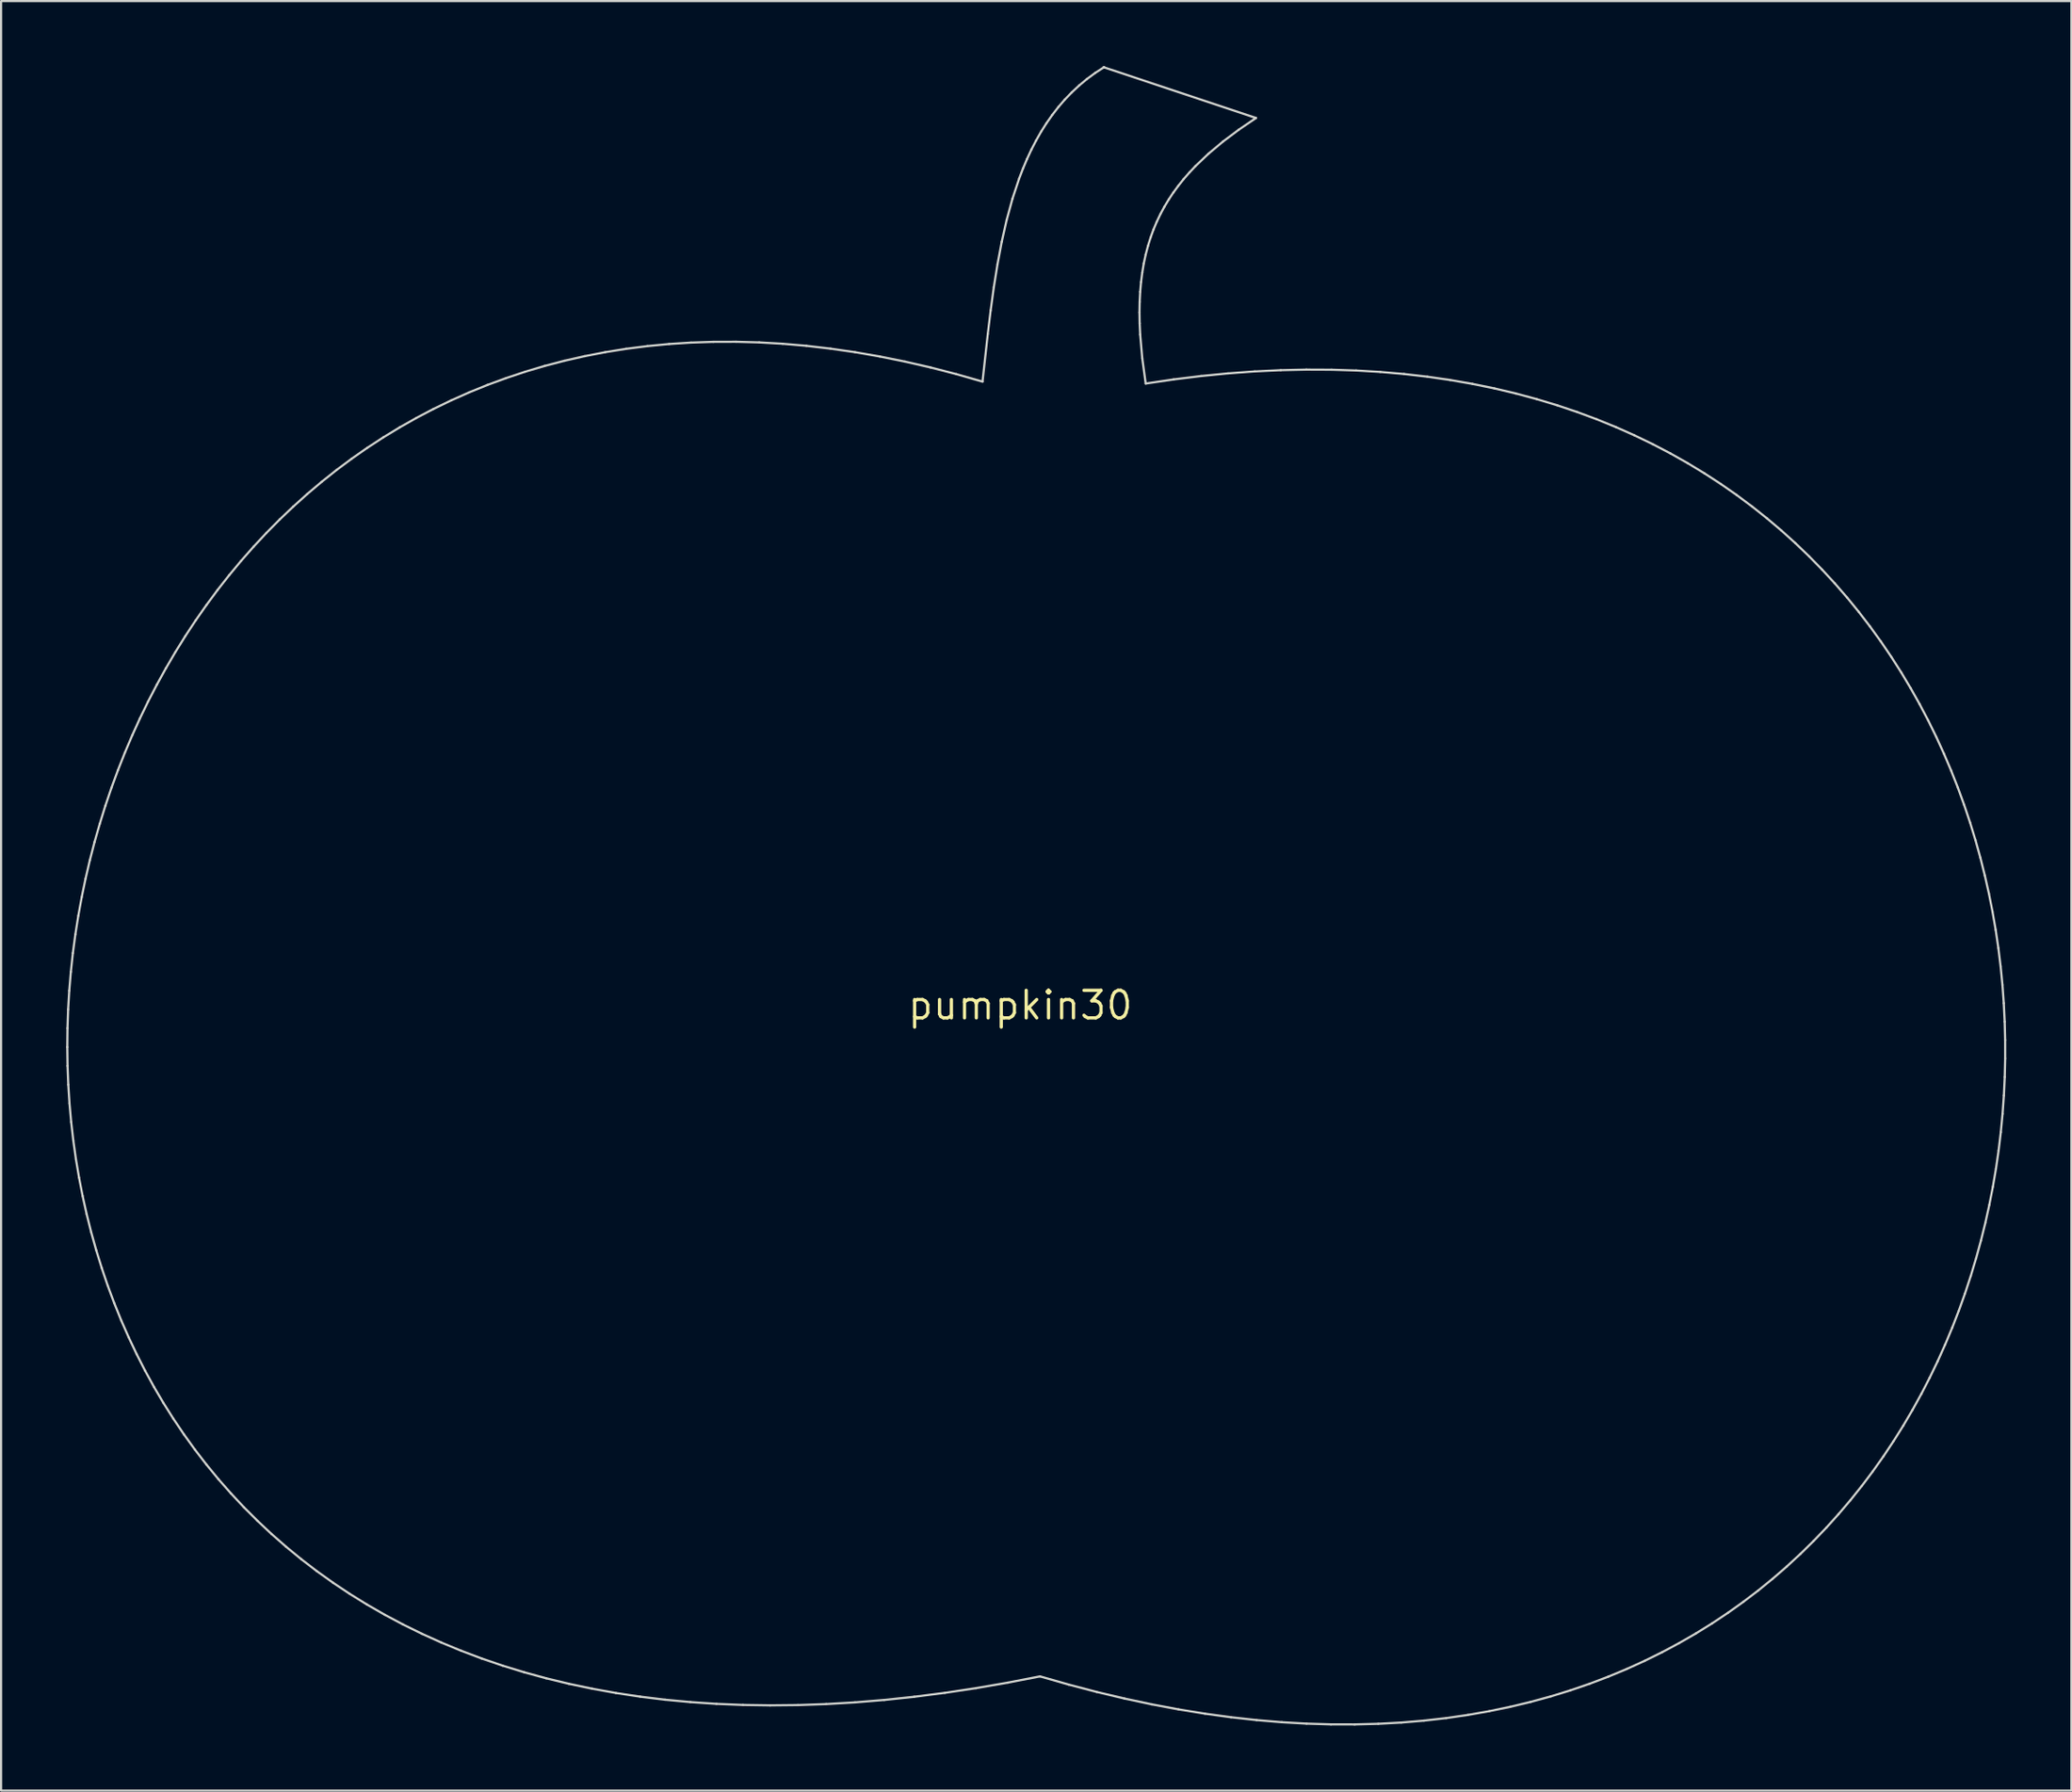
<source format=kicad_pcb>
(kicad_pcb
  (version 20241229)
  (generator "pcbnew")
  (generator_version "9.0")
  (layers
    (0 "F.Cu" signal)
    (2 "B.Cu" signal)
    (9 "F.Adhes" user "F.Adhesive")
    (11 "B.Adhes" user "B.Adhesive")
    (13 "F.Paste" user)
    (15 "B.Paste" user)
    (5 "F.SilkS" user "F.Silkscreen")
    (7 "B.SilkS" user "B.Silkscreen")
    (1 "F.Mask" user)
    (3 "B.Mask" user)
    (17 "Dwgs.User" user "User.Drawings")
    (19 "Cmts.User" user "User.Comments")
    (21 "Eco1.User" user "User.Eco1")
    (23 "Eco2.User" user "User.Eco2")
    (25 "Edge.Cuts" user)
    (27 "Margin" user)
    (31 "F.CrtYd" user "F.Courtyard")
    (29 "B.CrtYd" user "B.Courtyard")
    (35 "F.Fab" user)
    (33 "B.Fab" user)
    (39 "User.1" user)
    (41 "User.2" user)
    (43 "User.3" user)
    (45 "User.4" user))
  (footprint "pumpkin30"
    (layer "F.Cu")
    (at 43.953 43.276)
    (property "Reference" "pumpkin30" (at 0 0 0) (layer "F.SilkS") (effects (font (size 1.27 1.27) (thickness 0.15))))
    (attr through_hole)
    (fp_line (start -43.903 1.925) (end -43.891 2.791) (stroke (width 0.1) (type solid)) (layer "Edge.Cuts"))
    (fp_line (start -43.894 1.058) (end -43.903 1.925) (stroke (width 0.1) (type solid)) (layer "Edge.Cuts"))
    (fp_line (start -43.891 2.791) (end -43.857 3.656) (stroke (width 0.1) (type solid)) (layer "Edge.Cuts"))
    (fp_line (start -43.864 0.19) (end -43.894 1.058) (stroke (width 0.1) (type solid)) (layer "Edge.Cuts"))
    (fp_line (start -43.857 3.656) (end -43.801 4.519) (stroke (width 0.1) (type solid)) (layer "Edge.Cuts"))
    (fp_line (start -43.812 -0.676) (end -43.864 0.19) (stroke (width 0.1) (type solid)) (layer "Edge.Cuts"))
    (fp_line (start -43.801 4.519) (end -43.724 5.38) (stroke (width 0.1) (type solid)) (layer "Edge.Cuts"))
    (fp_line (start -43.739 -1.542) (end -43.812 -0.676) (stroke (width 0.1) (type solid)) (layer "Edge.Cuts"))
    (fp_line (start -43.724 5.38) (end -43.625 6.237) (stroke (width 0.1) (type solid)) (layer "Edge.Cuts"))
    (fp_line (start -43.646 -2.406) (end -43.739 -1.542) (stroke (width 0.1) (type solid)) (layer "Edge.Cuts"))
    (fp_line (start -43.625 6.237) (end -43.505 7.091) (stroke (width 0.1) (type solid)) (layer "Edge.Cuts"))
    (fp_line (start -43.531 -3.268) (end -43.646 -2.406) (stroke (width 0.1) (type solid)) (layer "Edge.Cuts"))
    (fp_line (start -43.505 7.091) (end -43.362 7.941) (stroke (width 0.1) (type solid)) (layer "Edge.Cuts"))
    (fp_line (start -43.395 -4.127) (end -43.531 -3.268) (stroke (width 0.1) (type solid)) (layer "Edge.Cuts"))
    (fp_line (start -43.362 7.941) (end -43.198 8.785) (stroke (width 0.1) (type solid)) (layer "Edge.Cuts"))
    (fp_line (start -43.239 -4.983) (end -43.395 -4.127) (stroke (width 0.1) (type solid)) (layer "Edge.Cuts"))
    (fp_line (start -43.198 8.785) (end -43.011 9.625) (stroke (width 0.1) (type solid)) (layer "Edge.Cuts"))
    (fp_line (start -43.062 -5.835) (end -43.239 -4.983) (stroke (width 0.1) (type solid)) (layer "Edge.Cuts"))
    (fp_line (start -43.011 9.625) (end -42.802 10.458) (stroke (width 0.1) (type solid)) (layer "Edge.Cuts"))
    (fp_line (start -42.865 -6.682) (end -43.062 -5.835) (stroke (width 0.1) (type solid)) (layer "Edge.Cuts"))
    (fp_line (start -42.802 10.458) (end -42.57 11.285) (stroke (width 0.1) (type solid)) (layer "Edge.Cuts"))
    (fp_line (start -42.647 -7.524) (end -42.865 -6.682) (stroke (width 0.1) (type solid)) (layer "Edge.Cuts"))
    (fp_line (start -42.57 11.285) (end -42.317 12.104) (stroke (width 0.1) (type solid)) (layer "Edge.Cuts"))
    (fp_line (start -42.408 -8.361) (end -42.647 -7.524) (stroke (width 0.1) (type solid)) (layer "Edge.Cuts"))
    (fp_line (start -42.317 12.104) (end -42.041 12.916) (stroke (width 0.1) (type solid)) (layer "Edge.Cuts"))
    (fp_line (start -42.15 -9.191) (end -42.408 -8.361) (stroke (width 0.1) (type solid)) (layer "Edge.Cuts"))
    (fp_line (start -42.041 12.916) (end -41.742 13.719) (stroke (width 0.1) (type solid)) (layer "Edge.Cuts"))
    (fp_line (start -41.871 -10.014) (end -42.15 -9.191) (stroke (width 0.1) (type solid)) (layer "Edge.Cuts"))
    (fp_line (start -41.742 13.719) (end -41.421 14.514) (stroke (width 0.1) (type solid)) (layer "Edge.Cuts"))
    (fp_line (start -41.571 -10.83) (end -41.871 -10.014) (stroke (width 0.1) (type solid)) (layer "Edge.Cuts"))
    (fp_line (start -41.421 14.514) (end -41.076 15.298) (stroke (width 0.1) (type solid)) (layer "Edge.Cuts"))
    (fp_line (start -41.252 -11.637) (end -41.571 -10.83) (stroke (width 0.1) (type solid)) (layer "Edge.Cuts"))
    (fp_line (start -41.076 15.298) (end -40.709 16.073) (stroke (width 0.1) (type solid)) (layer "Edge.Cuts"))
    (fp_line (start -40.913 -12.436) (end -41.252 -11.637) (stroke (width 0.1) (type solid)) (layer "Edge.Cuts"))
    (fp_line (start -40.709 16.073) (end -40.32 16.837) (stroke (width 0.1) (type solid)) (layer "Edge.Cuts"))
    (fp_line (start -40.554 -13.226) (end -40.913 -12.436) (stroke (width 0.1) (type solid)) (layer "Edge.Cuts"))
    (fp_line (start -40.32 16.837) (end -39.907 17.59) (stroke (width 0.1) (type solid)) (layer "Edge.Cuts"))
    (fp_line (start -40.176 -14.006) (end -40.554 -13.226) (stroke (width 0.1) (type solid)) (layer "Edge.Cuts"))
    (fp_line (start -39.907 17.59) (end -39.471 18.331) (stroke (width 0.1) (type solid)) (layer "Edge.Cuts"))
    (fp_line (start -39.777 -14.775) (end -40.176 -14.006) (stroke (width 0.1) (type solid)) (layer "Edge.Cuts"))
    (fp_line (start -39.471 18.331) (end -39.011 19.059) (stroke (width 0.1) (type solid)) (layer "Edge.Cuts"))
    (fp_line (start -39.359 -15.533) (end -39.777 -14.775) (stroke (width 0.1) (type solid)) (layer "Edge.Cuts"))
    (fp_line (start -39.011 19.059) (end -38.529 19.774) (stroke (width 0.1) (type solid)) (layer "Edge.Cuts"))
    (fp_line (start -38.922 -16.28) (end -39.359 -15.533) (stroke (width 0.1) (type solid)) (layer "Edge.Cuts"))
    (fp_line (start -38.529 19.774) (end -38.023 20.476) (stroke (width 0.1) (type solid)) (layer "Edge.Cuts"))
    (fp_line (start -38.465 -17.015) (end -38.922 -16.28) (stroke (width 0.1) (type solid)) (layer "Edge.Cuts"))
    (fp_line (start -38.023 20.476) (end -37.494 21.163) (stroke (width 0.1) (type solid)) (layer "Edge.Cuts"))
    (fp_line (start -37.989 -17.737) (end -38.465 -17.015) (stroke (width 0.1) (type solid)) (layer "Edge.Cuts"))
    (fp_line (start -37.494 21.163) (end -36.941 21.836) (stroke (width 0.1) (type solid)) (layer "Edge.Cuts"))
    (fp_line (start -37.493 -18.445) (end -37.989 -17.737) (stroke (width 0.1) (type solid)) (layer "Edge.Cuts"))
    (fp_line (start -36.979 -19.14) (end -37.493 -18.445) (stroke (width 0.1) (type solid)) (layer "Edge.Cuts"))
    (fp_line (start -36.941 21.836) (end -36.364 22.493) (stroke (width 0.1) (type solid)) (layer "Edge.Cuts"))
    (fp_line (start -36.445 -19.82) (end -36.979 -19.14) (stroke (width 0.1) (type solid)) (layer "Edge.Cuts"))
    (fp_line (start -36.364 22.493) (end -35.764 23.134) (stroke (width 0.1) (type solid)) (layer "Edge.Cuts"))
    (fp_line (start -35.892 -20.485) (end -36.445 -19.82) (stroke (width 0.1) (type solid)) (layer "Edge.Cuts"))
    (fp_line (start -35.764 23.134) (end -35.139 23.758) (stroke (width 0.1) (type solid)) (layer "Edge.Cuts"))
    (fp_line (start -35.321 -21.134) (end -35.892 -20.485) (stroke (width 0.1) (type solid)) (layer "Edge.Cuts"))
    (fp_line (start -35.139 23.758) (end -34.491 24.366) (stroke (width 0.1) (type solid)) (layer "Edge.Cuts"))
    (fp_line (start -34.731 -21.767) (end -35.321 -21.134) (stroke (width 0.1) (type solid)) (layer "Edge.Cuts"))
    (fp_line (start -34.491 24.366) (end -33.819 24.955) (stroke (width 0.1) (type solid)) (layer "Edge.Cuts"))
    (fp_line (start -34.122 -22.383) (end -34.731 -21.767) (stroke (width 0.1) (type solid)) (layer "Edge.Cuts"))
    (fp_line (start -33.819 24.955) (end -33.123 25.526) (stroke (width 0.1) (type solid)) (layer "Edge.Cuts"))
    (fp_line (start -33.494 -22.981) (end -34.122 -22.383) (stroke (width 0.1) (type solid)) (layer "Edge.Cuts"))
    (fp_line (start -33.123 25.526) (end -32.403 26.079) (stroke (width 0.1) (type solid)) (layer "Edge.Cuts"))
    (fp_line (start -32.848 -23.562) (end -33.494 -22.981) (stroke (width 0.1) (type solid)) (layer "Edge.Cuts"))
    (fp_line (start -32.403 26.079) (end -31.658 26.611) (stroke (width 0.1) (type solid)) (layer "Edge.Cuts"))
    (fp_line (start -32.184 -24.123) (end -32.848 -23.562) (stroke (width 0.1) (type solid)) (layer "Edge.Cuts"))
    (fp_line (start -31.658 26.611) (end -30.889 27.124) (stroke (width 0.1) (type solid)) (layer "Edge.Cuts"))
    (fp_line (start -31.501 -24.666) (end -32.184 -24.123) (stroke (width 0.1) (type solid)) (layer "Edge.Cuts"))
    (fp_line (start -30.889 27.124) (end -30.095 27.616) (stroke (width 0.1) (type solid)) (layer "Edge.Cuts"))
    (fp_line (start -30.8 -25.189) (end -31.501 -24.666) (stroke (width 0.1) (type solid)) (layer "Edge.Cuts"))
    (fp_line (start -30.095 27.616) (end -29.277 28.086) (stroke (width 0.1) (type solid)) (layer "Edge.Cuts"))
    (fp_line (start -30.081 -25.691) (end -30.8 -25.189) (stroke (width 0.1) (type solid)) (layer "Edge.Cuts"))
    (fp_line (start -29.344 -26.172) (end -30.081 -25.691) (stroke (width 0.1) (type solid)) (layer "Edge.Cuts"))
    (fp_line (start -29.277 28.086) (end -28.434 28.535) (stroke (width 0.1) (type solid)) (layer "Edge.Cuts"))
    (fp_line (start -28.589 -26.632) (end -29.344 -26.172) (stroke (width 0.1) (type solid)) (layer "Edge.Cuts"))
    (fp_line (start -28.434 28.535) (end -27.567 28.961) (stroke (width 0.1) (type solid)) (layer "Edge.Cuts"))
    (fp_line (start -27.816 -27.07) (end -28.589 -26.632) (stroke (width 0.1) (type solid)) (layer "Edge.Cuts"))
    (fp_line (start -27.567 28.961) (end -26.674 29.365) (stroke (width 0.1) (type solid)) (layer "Edge.Cuts"))
    (fp_line (start -27.025 -27.485) (end -27.816 -27.07) (stroke (width 0.1) (type solid)) (layer "Edge.Cuts"))
    (fp_line (start -26.674 29.365) (end -25.757 29.744) (stroke (width 0.1) (type solid)) (layer "Edge.Cuts"))
    (fp_line (start -26.216 -27.876) (end -27.025 -27.485) (stroke (width 0.1) (type solid)) (layer "Edge.Cuts"))
    (fp_line (start -25.757 29.744) (end -24.815 30.1) (stroke (width 0.1) (type solid)) (layer "Edge.Cuts"))
    (fp_line (start -25.39 -28.244) (end -26.216 -27.876) (stroke (width 0.1) (type solid)) (layer "Edge.Cuts"))
    (fp_line (start -24.815 30.1) (end -23.848 30.43) (stroke (width 0.1) (type solid)) (layer "Edge.Cuts"))
    (fp_line (start -24.547 -28.587) (end -25.39 -28.244) (stroke (width 0.1) (type solid)) (layer "Edge.Cuts"))
    (fp_line (start -23.848 30.43) (end -22.855 30.735) (stroke (width 0.1) (type solid)) (layer "Edge.Cuts"))
    (fp_line (start -23.686 -28.904) (end -24.547 -28.587) (stroke (width 0.1) (type solid)) (layer "Edge.Cuts"))
    (fp_line (start -22.855 30.735) (end -21.837 31.014) (stroke (width 0.1) (type solid)) (layer "Edge.Cuts"))
    (fp_line (start -22.807 -29.197) (end -23.686 -28.904) (stroke (width 0.1) (type solid)) (layer "Edge.Cuts"))
    (fp_line (start -21.912 -29.463) (end -22.807 -29.197) (stroke (width 0.1) (type solid)) (layer "Edge.Cuts"))
    (fp_line (start -21.837 31.014) (end -20.794 31.267) (stroke (width 0.1) (type solid)) (layer "Edge.Cuts"))
    (fp_line (start -20.999 -29.702) (end -21.912 -29.463) (stroke (width 0.1) (type solid)) (layer "Edge.Cuts"))
    (fp_line (start -20.794 31.267) (end -19.725 31.492) (stroke (width 0.1) (type solid)) (layer "Edge.Cuts"))
    (fp_line (start -20.069 -29.913) (end -20.999 -29.702) (stroke (width 0.1) (type solid)) (layer "Edge.Cuts"))
    (fp_line (start -19.725 31.492) (end -18.631 31.69) (stroke (width 0.1) (type solid)) (layer "Edge.Cuts"))
    (fp_line (start -19.122 -30.097) (end -20.069 -29.913) (stroke (width 0.1) (type solid)) (layer "Edge.Cuts"))
    (fp_line (start -18.631 31.69) (end -17.511 31.859) (stroke (width 0.1) (type solid)) (layer "Edge.Cuts"))
    (fp_line (start -18.159 -30.252) (end -19.122 -30.097) (stroke (width 0.1) (type solid)) (layer "Edge.Cuts"))
    (fp_line (start -17.511 31.859) (end -16.366 32) (stroke (width 0.1) (type solid)) (layer "Edge.Cuts"))
    (fp_line (start -17.178 -30.377) (end -18.159 -30.252) (stroke (width 0.1) (type solid)) (layer "Edge.Cuts"))
    (fp_line (start -16.366 32) (end -15.194 32.11) (stroke (width 0.1) (type solid)) (layer "Edge.Cuts"))
    (fp_line (start -16.181 -30.473) (end -17.178 -30.377) (stroke (width 0.1) (type solid)) (layer "Edge.Cuts"))
    (fp_line (start -15.194 32.11) (end -13.997 32.191) (stroke (width 0.1) (type solid)) (layer "Edge.Cuts"))
    (fp_line (start -15.167 -30.539) (end -16.181 -30.473) (stroke (width 0.1) (type solid)) (layer "Edge.Cuts"))
    (fp_line (start -14.137 -30.573) (end -15.167 -30.539) (stroke (width 0.1) (type solid)) (layer "Edge.Cuts"))
    (fp_line (start -13.997 32.191) (end -12.774 32.241) (stroke (width 0.1) (type solid)) (layer "Edge.Cuts"))
    (fp_line (start -13.091 -30.576) (end -14.137 -30.573) (stroke (width 0.1) (type solid)) (layer "Edge.Cuts"))
    (fp_line (start -12.774 32.241) (end -11.524 32.26) (stroke (width 0.1) (type solid)) (layer "Edge.Cuts"))
    (fp_line (start -12.028 -30.547) (end -13.091 -30.576) (stroke (width 0.1) (type solid)) (layer "Edge.Cuts"))
    (fp_line (start -11.524 32.26) (end -10.249 32.247) (stroke (width 0.1) (type solid)) (layer "Edge.Cuts"))
    (fp_line (start -10.948 -30.485) (end -12.028 -30.547) (stroke (width 0.1) (type solid)) (layer "Edge.Cuts"))
    (fp_line (start -10.249 32.247) (end -8.947 32.201) (stroke (width 0.1) (type solid)) (layer "Edge.Cuts"))
    (fp_line (start -9.853 -30.39) (end -10.948 -30.485) (stroke (width 0.1) (type solid)) (layer "Edge.Cuts"))
    (fp_line (start -8.947 32.201) (end -7.619 32.123) (stroke (width 0.1) (type solid)) (layer "Edge.Cuts"))
    (fp_line (start -8.741 -30.26) (end -9.853 -30.39) (stroke (width 0.1) (type solid)) (layer "Edge.Cuts"))
    (fp_line (start -7.619 32.123) (end -6.264 32.011) (stroke (width 0.1) (type solid)) (layer "Edge.Cuts"))
    (fp_line (start -7.614 -30.097) (end -8.741 -30.26) (stroke (width 0.1) (type solid)) (layer "Edge.Cuts"))
    (fp_line (start -6.47 -29.898) (end -7.614 -30.097) (stroke (width 0.1) (type solid)) (layer "Edge.Cuts"))
    (fp_line (start -6.264 32.011) (end -4.883 31.864) (stroke (width 0.1) (type solid)) (layer "Edge.Cuts"))
    (fp_line (start -5.311 -29.663) (end -6.47 -29.898) (stroke (width 0.1) (type solid)) (layer "Edge.Cuts"))
    (fp_line (start -4.883 31.864) (end -3.475 31.683) (stroke (width 0.1) (type solid)) (layer "Edge.Cuts"))
    (fp_line (start -4.136 -29.393) (end -5.311 -29.663) (stroke (width 0.1) (type solid)) (layer "Edge.Cuts"))
    (fp_line (start -3.475 31.683) (end -2.04 31.467) (stroke (width 0.1) (type solid)) (layer "Edge.Cuts"))
    (fp_line (start -2.946 -29.085) (end -4.136 -29.393) (stroke (width 0.1) (type solid)) (layer "Edge.Cuts"))
    (fp_line (start -2.04 31.467) (end -0.579 31.214) (stroke (width 0.1) (type solid)) (layer "Edge.Cuts"))
    (fp_line (start -1.74 -28.74) (end -2.946 -29.085) (stroke (width 0.1) (type solid)) (layer "Edge.Cuts"))
    (fp_line (start -1.498 -30.932) (end -1.74 -28.74) (stroke (width 0.1) (type solid)) (layer "Edge.Cuts"))
    (fp_line (start -1.366 -32.018) (end -1.498 -30.932) (stroke (width 0.1) (type solid)) (layer "Edge.Cuts"))
    (fp_line (start -1.219 -33.092) (end -1.366 -32.018) (stroke (width 0.1) (type solid)) (layer "Edge.Cuts"))
    (fp_line (start -1.05 -34.149) (end -1.219 -33.092) (stroke (width 0.1) (type solid)) (layer "Edge.Cuts"))
    (fp_line (start -0.855 -35.183) (end -1.05 -34.149) (stroke (width 0.1) (type solid)) (layer "Edge.Cuts"))
    (fp_line (start -0.628 -36.19) (end -0.855 -35.183) (stroke (width 0.1) (type solid)) (layer "Edge.Cuts"))
    (fp_line (start -0.579 31.214) (end 0.909 30.925) (stroke (width 0.1) (type solid)) (layer "Edge.Cuts"))
    (fp_line (start -0.362 -37.164) (end -0.628 -36.19) (stroke (width 0.1) (type solid)) (layer "Edge.Cuts"))
    (fp_line (start -0.051 -38.102) (end -0.362 -37.164) (stroke (width 0.1) (type solid)) (layer "Edge.Cuts"))
    (fp_line (start 0.123 -38.556) (end -0.051 -38.102) (stroke (width 0.1) (type solid)) (layer "Edge.Cuts"))
    (fp_line (start 0.31 -38.999) (end 0.123 -38.556) (stroke (width 0.1) (type solid)) (layer "Edge.Cuts"))
    (fp_line (start 0.51 -39.429) (end 0.31 -38.999) (stroke (width 0.1) (type solid)) (layer "Edge.Cuts"))
    (fp_line (start 0.726 -39.848) (end 0.51 -39.429) (stroke (width 0.1) (type solid)) (layer "Edge.Cuts"))
    (fp_line (start 0.909 30.925) (end 2.225 31.302) (stroke (width 0.1) (type solid)) (layer "Edge.Cuts"))
    (fp_line (start 0.957 -40.254) (end 0.726 -39.848) (stroke (width 0.1) (type solid)) (layer "Edge.Cuts"))
    (fp_line (start 1.204 -40.646) (end 0.957 -40.254) (stroke (width 0.1) (type solid)) (layer "Edge.Cuts"))
    (fp_line (start 1.469 -41.024) (end 1.204 -40.646) (stroke (width 0.1) (type solid)) (layer "Edge.Cuts"))
    (fp_line (start 1.75 -41.388) (end 1.469 -41.024) (stroke (width 0.1) (type solid)) (layer "Edge.Cuts"))
    (fp_line (start 2.05 -41.736) (end 1.75 -41.388) (stroke (width 0.1) (type solid)) (layer "Edge.Cuts"))
    (fp_line (start 2.225 31.302) (end 3.52 31.642) (stroke (width 0.1) (type solid)) (layer "Edge.Cuts"))
    (fp_line (start 2.37 -42.068) (end 2.05 -41.736) (stroke (width 0.1) (type solid)) (layer "Edge.Cuts"))
    (fp_line (start 2.709 -42.384) (end 2.37 -42.068) (stroke (width 0.1) (type solid)) (layer "Edge.Cuts"))
    (fp_line (start 3.068 -42.683) (end 2.709 -42.384) (stroke (width 0.1) (type solid)) (layer "Edge.Cuts"))
    (fp_line (start 3.449 -42.964) (end 3.068 -42.683) (stroke (width 0.1) (type solid)) (layer "Edge.Cuts"))
    (fp_line (start 3.52 31.642) (end 4.797 31.945) (stroke (width 0.1) (type solid)) (layer "Edge.Cuts"))
    (fp_line (start 3.852 -43.226) (end 3.852 -43.226) (stroke (width 0.1) (type solid)) (layer "Edge.Cuts"))
    (fp_line (start 3.852 -43.226) (end 3.449 -42.964) (stroke (width 0.1) (type solid)) (layer "Edge.Cuts"))
    (fp_line (start 3.852 -43.224) (end 3.852 -43.226) (stroke (width 0.1) (type solid)) (layer "Edge.Cuts"))
    (fp_line (start 4.797 31.945) (end 6.054 32.213) (stroke (width 0.1) (type solid)) (layer "Edge.Cuts"))
    (fp_line (start 5.491 -31.928) (end 5.499 -32.411) (stroke (width 0.1) (type solid)) (layer "Edge.Cuts"))
    (fp_line (start 5.499 -31.428) (end 5.491 -31.928) (stroke (width 0.1) (type solid)) (layer "Edge.Cuts"))
    (fp_line (start 5.499 -32.411) (end 5.523 -32.878) (stroke (width 0.1) (type solid)) (layer "Edge.Cuts"))
    (fp_line (start 5.523 -30.91) (end 5.499 -31.428) (stroke (width 0.1) (type solid)) (layer "Edge.Cuts"))
    (fp_line (start 5.523 -32.878) (end 5.563 -33.33) (stroke (width 0.1) (type solid)) (layer "Edge.Cuts"))
    (fp_line (start 5.563 -33.33) (end 5.619 -33.766) (stroke (width 0.1) (type solid)) (layer "Edge.Cuts"))
    (fp_line (start 5.618 -29.82) (end 5.523 -30.91) (stroke (width 0.1) (type solid)) (layer "Edge.Cuts"))
    (fp_line (start 5.619 -33.766) (end 5.69 -34.189) (stroke (width 0.1) (type solid)) (layer "Edge.Cuts"))
    (fp_line (start 5.69 -34.189) (end 5.778 -34.598) (stroke (width 0.1) (type solid)) (layer "Edge.Cuts"))
    (fp_line (start 5.778 -34.598) (end 5.882 -34.993) (stroke (width 0.1) (type solid)) (layer "Edge.Cuts"))
    (fp_line (start 5.778 -28.652) (end 5.618 -29.82) (stroke (width 0.1) (type solid)) (layer "Edge.Cuts"))
    (fp_line (start 5.882 -34.993) (end 6.001 -35.377) (stroke (width 0.1) (type solid)) (layer "Edge.Cuts"))
    (fp_line (start 6.001 -35.377) (end 6.136 -35.748) (stroke (width 0.1) (type solid)) (layer "Edge.Cuts"))
    (fp_line (start 6.054 32.213) (end 7.291 32.446) (stroke (width 0.1) (type solid)) (layer "Edge.Cuts"))
    (fp_line (start 6.136 -35.748) (end 6.288 -36.109) (stroke (width 0.1) (type solid)) (layer "Edge.Cuts"))
    (fp_line (start 6.288 -36.109) (end 6.455 -36.459) (stroke (width 0.1) (type solid)) (layer "Edge.Cuts"))
    (fp_line (start 6.455 -36.459) (end 6.638 -36.799) (stroke (width 0.1) (type solid)) (layer "Edge.Cuts"))
    (fp_line (start 6.638 -36.799) (end 6.837 -37.13) (stroke (width 0.1) (type solid)) (layer "Edge.Cuts"))
    (fp_line (start 6.837 -37.13) (end 7.051 -37.453) (stroke (width 0.1) (type solid)) (layer "Edge.Cuts"))
    (fp_line (start 7.051 -37.453) (end 7.282 -37.767) (stroke (width 0.1) (type solid)) (layer "Edge.Cuts"))
    (fp_line (start 7.065 -28.842) (end 5.778 -28.652) (stroke (width 0.1) (type solid)) (layer "Edge.Cuts"))
    (fp_line (start 7.282 -37.767) (end 7.528 -38.075) (stroke (width 0.1) (type solid)) (layer "Edge.Cuts"))
    (fp_line (start 7.291 32.446) (end 8.51 32.644) (stroke (width 0.1) (type solid)) (layer "Edge.Cuts"))
    (fp_line (start 7.528 -38.075) (end 7.79 -38.375) (stroke (width 0.1) (type solid)) (layer "Edge.Cuts"))
    (fp_line (start 7.79 -38.375) (end 8.068 -38.67) (stroke (width 0.1) (type solid)) (layer "Edge.Cuts"))
    (fp_line (start 8.068 -38.67) (end 8.671 -39.244) (stroke (width 0.1) (type solid)) (layer "Edge.Cuts"))
    (fp_line (start 8.331 -28.998) (end 7.065 -28.842) (stroke (width 0.1) (type solid)) (layer "Edge.Cuts"))
    (fp_line (start 8.51 32.644) (end 9.708 32.808) (stroke (width 0.1) (type solid)) (layer "Edge.Cuts"))
    (fp_line (start 8.671 -39.244) (end 9.337 -39.802) (stroke (width 0.1) (type solid)) (layer "Edge.Cuts"))
    (fp_line (start 9.337 -39.802) (end 10.066 -40.349) (stroke (width 0.1) (type solid)) (layer "Edge.Cuts"))
    (fp_line (start 9.575 -29.12) (end 8.331 -28.998) (stroke (width 0.1) (type solid)) (layer "Edge.Cuts"))
    (fp_line (start 9.708 32.808) (end 10.888 32.939) (stroke (width 0.1) (type solid)) (layer "Edge.Cuts"))
    (fp_line (start 10.066 -40.349) (end 10.858 -40.889) (stroke (width 0.1) (type solid)) (layer "Edge.Cuts"))
    (fp_line (start 10.798 -29.21) (end 9.575 -29.12) (stroke (width 0.1) (type solid)) (layer "Edge.Cuts"))
    (fp_line (start 10.858 -40.889) (end 3.852 -43.224) (stroke (width 0.1) (type solid)) (layer "Edge.Cuts"))
    (fp_line (start 10.888 32.939) (end 12.047 33.037) (stroke (width 0.1) (type solid)) (layer "Edge.Cuts"))
    (fp_line (start 11.999 -29.267) (end 10.798 -29.21) (stroke (width 0.1) (type solid)) (layer "Edge.Cuts"))
    (fp_line (start 12.047 33.037) (end 13.188 33.102) (stroke (width 0.1) (type solid)) (layer "Edge.Cuts"))
    (fp_line (start 13.178 -29.293) (end 11.999 -29.267) (stroke (width 0.1) (type solid)) (layer "Edge.Cuts"))
    (fp_line (start 13.188 33.102) (end 14.309 33.136) (stroke (width 0.1) (type solid)) (layer "Edge.Cuts"))
    (fp_line (start 14.309 33.136) (end 15.41 33.138) (stroke (width 0.1) (type solid)) (layer "Edge.Cuts"))
    (fp_line (start 14.336 -29.288) (end 13.178 -29.293) (stroke (width 0.1) (type solid)) (layer "Edge.Cuts"))
    (fp_line (start 15.41 33.138) (end 16.492 33.11) (stroke (width 0.1) (type solid)) (layer "Edge.Cuts"))
    (fp_line (start 15.473 -29.252) (end 14.336 -29.288) (stroke (width 0.1) (type solid)) (layer "Edge.Cuts"))
    (fp_line (start 16.492 33.11) (end 17.554 33.052) (stroke (width 0.1) (type solid)) (layer "Edge.Cuts"))
    (fp_line (start 16.587 -29.186) (end 15.473 -29.252) (stroke (width 0.1) (type solid)) (layer "Edge.Cuts"))
    (fp_line (start 17.554 33.052) (end 18.596 32.964) (stroke (width 0.1) (type solid)) (layer "Edge.Cuts"))
    (fp_line (start 17.681 -29.091) (end 16.587 -29.186) (stroke (width 0.1) (type solid)) (layer "Edge.Cuts"))
    (fp_line (start 18.596 32.964) (end 19.619 32.847) (stroke (width 0.1) (type solid)) (layer "Edge.Cuts"))
    (fp_line (start 18.753 -28.967) (end 17.681 -29.091) (stroke (width 0.1) (type solid)) (layer "Edge.Cuts"))
    (fp_line (start 19.619 32.847) (end 20.623 32.701) (stroke (width 0.1) (type solid)) (layer "Edge.Cuts"))
    (fp_line (start 19.803 -28.815) (end 18.753 -28.967) (stroke (width 0.1) (type solid)) (layer "Edge.Cuts"))
    (fp_line (start 20.623 32.701) (end 21.606 32.528) (stroke (width 0.1) (type solid)) (layer "Edge.Cuts"))
    (fp_line (start 20.832 -28.635) (end 19.803 -28.815) (stroke (width 0.1) (type solid)) (layer "Edge.Cuts"))
    (fp_line (start 21.606 32.528) (end 22.57 32.328) (stroke (width 0.1) (type solid)) (layer "Edge.Cuts"))
    (fp_line (start 21.84 -28.428) (end 20.832 -28.635) (stroke (width 0.1) (type solid)) (layer "Edge.Cuts"))
    (fp_line (start 22.57 32.328) (end 23.515 32.1) (stroke (width 0.1) (type solid)) (layer "Edge.Cuts"))
    (fp_line (start 22.826 -28.194) (end 21.84 -28.428) (stroke (width 0.1) (type solid)) (layer "Edge.Cuts"))
    (fp_line (start 23.515 32.1) (end 24.439 31.847) (stroke (width 0.1) (type solid)) (layer "Edge.Cuts"))
    (fp_line (start 23.79 -27.934) (end 22.826 -28.194) (stroke (width 0.1) (type solid)) (layer "Edge.Cuts"))
    (fp_line (start 24.439 31.847) (end 25.344 31.568) (stroke (width 0.1) (type solid)) (layer "Edge.Cuts"))
    (fp_line (start 24.734 -27.649) (end 23.79 -27.934) (stroke (width 0.1) (type solid)) (layer "Edge.Cuts"))
    (fp_line (start 25.344 31.568) (end 26.23 31.264) (stroke (width 0.1) (type solid)) (layer "Edge.Cuts"))
    (fp_line (start 25.656 -27.338) (end 24.734 -27.649) (stroke (width 0.1) (type solid)) (layer "Edge.Cuts"))
    (fp_line (start 26.23 31.264) (end 27.095 30.935) (stroke (width 0.1) (type solid)) (layer "Edge.Cuts"))
    (fp_line (start 26.557 -27.004) (end 25.656 -27.338) (stroke (width 0.1) (type solid)) (layer "Edge.Cuts"))
    (fp_line (start 27.095 30.935) (end 27.941 30.583) (stroke (width 0.1) (type solid)) (layer "Edge.Cuts"))
    (fp_line (start 27.436 -26.646) (end 26.557 -27.004) (stroke (width 0.1) (type solid)) (layer "Edge.Cuts"))
    (fp_line (start 27.941 30.583) (end 28.767 30.207) (stroke (width 0.1) (type solid)) (layer "Edge.Cuts"))
    (fp_line (start 28.294 -26.264) (end 27.436 -26.646) (stroke (width 0.1) (type solid)) (layer "Edge.Cuts"))
    (fp_line (start 28.767 30.207) (end 29.573 29.808) (stroke (width 0.1) (type solid)) (layer "Edge.Cuts"))
    (fp_line (start 29.131 -25.86) (end 28.294 -26.264) (stroke (width 0.1) (type solid)) (layer "Edge.Cuts"))
    (fp_line (start 29.573 29.808) (end 30.359 29.387) (stroke (width 0.1) (type solid)) (layer "Edge.Cuts"))
    (fp_line (start 29.947 -25.433) (end 29.131 -25.86) (stroke (width 0.1) (type solid)) (layer "Edge.Cuts"))
    (fp_line (start 30.359 29.387) (end 31.126 28.945) (stroke (width 0.1) (type solid)) (layer "Edge.Cuts"))
    (fp_line (start 30.741 -24.985) (end 29.947 -25.433) (stroke (width 0.1) (type solid)) (layer "Edge.Cuts"))
    (fp_line (start 31.126 28.945) (end 31.872 28.481) (stroke (width 0.1) (type solid)) (layer "Edge.Cuts"))
    (fp_line (start 31.514 -24.516) (end 30.741 -24.985) (stroke (width 0.1) (type solid)) (layer "Edge.Cuts"))
    (fp_line (start 31.872 28.481) (end 32.599 27.997) (stroke (width 0.1) (type solid)) (layer "Edge.Cuts"))
    (fp_line (start 32.266 -24.027) (end 31.514 -24.516) (stroke (width 0.1) (type solid)) (layer "Edge.Cuts"))
    (fp_line (start 32.599 27.997) (end 33.306 27.492) (stroke (width 0.1) (type solid)) (layer "Edge.Cuts"))
    (fp_line (start 32.997 -23.518) (end 32.266 -24.027) (stroke (width 0.1) (type solid)) (layer "Edge.Cuts"))
    (fp_line (start 33.306 27.492) (end 33.993 26.969) (stroke (width 0.1) (type solid)) (layer "Edge.Cuts"))
    (fp_line (start 33.707 -22.989) (end 32.997 -23.518) (stroke (width 0.1) (type solid)) (layer "Edge.Cuts"))
    (fp_line (start 33.993 26.969) (end 34.66 26.426) (stroke (width 0.1) (type solid)) (layer "Edge.Cuts"))
    (fp_line (start 34.395 -22.442) (end 33.707 -22.989) (stroke (width 0.1) (type solid)) (layer "Edge.Cuts"))
    (fp_line (start 34.66 26.426) (end 35.307 25.865) (stroke (width 0.1) (type solid)) (layer "Edge.Cuts"))
    (fp_line (start 35.063 -21.877) (end 34.395 -22.442) (stroke (width 0.1) (type solid)) (layer "Edge.Cuts"))
    (fp_line (start 35.307 25.865) (end 35.934 25.286) (stroke (width 0.1) (type solid)) (layer "Edge.Cuts"))
    (fp_line (start 35.709 -21.294) (end 35.063 -21.877) (stroke (width 0.1) (type solid)) (layer "Edge.Cuts"))
    (fp_line (start 35.934 25.286) (end 36.541 24.69) (stroke (width 0.1) (type solid)) (layer "Edge.Cuts"))
    (fp_line (start 36.334 -20.694) (end 35.709 -21.294) (stroke (width 0.1) (type solid)) (layer "Edge.Cuts"))
    (fp_line (start 36.541 24.69) (end 37.128 24.078) (stroke (width 0.1) (type solid)) (layer "Edge.Cuts"))
    (fp_line (start 36.938 -20.077) (end 36.334 -20.694) (stroke (width 0.1) (type solid)) (layer "Edge.Cuts"))
    (fp_line (start 37.128 24.078) (end 37.695 23.449) (stroke (width 0.1) (type solid)) (layer "Edge.Cuts"))
    (fp_line (start 37.521 -19.445) (end 36.938 -20.077) (stroke (width 0.1) (type solid)) (layer "Edge.Cuts"))
    (fp_line (start 37.695 23.449) (end 38.242 22.805) (stroke (width 0.1) (type solid)) (layer "Edge.Cuts"))
    (fp_line (start 38.083 -18.797) (end 37.521 -19.445) (stroke (width 0.1) (type solid)) (layer "Edge.Cuts"))
    (fp_line (start 38.242 22.805) (end 38.769 22.146) (stroke (width 0.1) (type solid)) (layer "Edge.Cuts"))
    (fp_line (start 38.624 -18.134) (end 38.083 -18.797) (stroke (width 0.1) (type solid)) (layer "Edge.Cuts"))
    (fp_line (start 38.769 22.146) (end 39.276 21.473) (stroke (width 0.1) (type solid)) (layer "Edge.Cuts"))
    (fp_line (start 39.144 -17.457) (end 38.624 -18.134) (stroke (width 0.1) (type solid)) (layer "Edge.Cuts"))
    (fp_line (start 39.276 21.473) (end 39.763 20.785) (stroke (width 0.1) (type solid)) (layer "Edge.Cuts"))
    (fp_line (start 39.643 -16.767) (end 39.144 -17.457) (stroke (width 0.1) (type solid)) (layer "Edge.Cuts"))
    (fp_line (start 39.763 20.785) (end 40.229 20.085) (stroke (width 0.1) (type solid)) (layer "Edge.Cuts"))
    (fp_line (start 40.121 -16.063) (end 39.643 -16.767) (stroke (width 0.1) (type solid)) (layer "Edge.Cuts"))
    (fp_line (start 40.229 20.085) (end 40.676 19.372) (stroke (width 0.1) (type solid)) (layer "Edge.Cuts"))
    (fp_line (start 40.578 -15.347) (end 40.121 -16.063) (stroke (width 0.1) (type solid)) (layer "Edge.Cuts"))
    (fp_line (start 40.676 19.372) (end 41.102 18.646) (stroke (width 0.1) (type solid)) (layer "Edge.Cuts"))
    (fp_line (start 41.014 -14.618) (end 40.578 -15.347) (stroke (width 0.1) (type solid)) (layer "Edge.Cuts"))
    (fp_line (start 41.102 18.646) (end 41.509 17.909) (stroke (width 0.1) (type solid)) (layer "Edge.Cuts"))
    (fp_line (start 41.43 -13.878) (end 41.014 -14.618) (stroke (width 0.1) (type solid)) (layer "Edge.Cuts"))
    (fp_line (start 41.509 17.909) (end 41.895 17.161) (stroke (width 0.1) (type solid)) (layer "Edge.Cuts"))
    (fp_line (start 41.824 -13.128) (end 41.43 -13.878) (stroke (width 0.1) (type solid)) (layer "Edge.Cuts"))
    (fp_line (start 41.895 17.161) (end 42.261 16.403) (stroke (width 0.1) (type solid)) (layer "Edge.Cuts"))
    (fp_line (start 42.198 -12.367) (end 41.824 -13.128) (stroke (width 0.1) (type solid)) (layer "Edge.Cuts"))
    (fp_line (start 42.261 16.403) (end 42.606 15.635) (stroke (width 0.1) (type solid)) (layer "Edge.Cuts"))
    (fp_line (start 42.55 -11.596) (end 42.198 -12.367) (stroke (width 0.1) (type solid)) (layer "Edge.Cuts"))
    (fp_line (start 42.606 15.635) (end 42.932 14.857) (stroke (width 0.1) (type solid)) (layer "Edge.Cuts"))
    (fp_line (start 42.882 -10.816) (end 42.55 -11.596) (stroke (width 0.1) (type solid)) (layer "Edge.Cuts"))
    (fp_line (start 42.932 14.857) (end 43.237 14.071) (stroke (width 0.1) (type solid)) (layer "Edge.Cuts"))
    (fp_line (start 43.193 -10.028) (end 42.882 -10.816) (stroke (width 0.1) (type solid)) (layer "Edge.Cuts"))
    (fp_line (start 43.237 14.071) (end 43.522 13.276) (stroke (width 0.1) (type solid)) (layer "Edge.Cuts"))
    (fp_line (start 43.483 -9.231) (end 43.193 -10.028) (stroke (width 0.1) (type solid)) (layer "Edge.Cuts"))
    (fp_line (start 43.522 13.276) (end 43.786 12.474) (stroke (width 0.1) (type solid)) (layer "Edge.Cuts"))
    (fp_line (start 43.753 -8.427) (end 43.483 -9.231) (stroke (width 0.1) (type solid)) (layer "Edge.Cuts"))
    (fp_line (start 43.786 12.474) (end 44.03 11.664) (stroke (width 0.1) (type solid)) (layer "Edge.Cuts"))
    (fp_line (start 44.001 -7.616) (end 43.753 -8.427) (stroke (width 0.1) (type solid)) (layer "Edge.Cuts"))
    (fp_line (start 44.03 11.664) (end 44.254 10.848) (stroke (width 0.1) (type solid)) (layer "Edge.Cuts"))
    (fp_line (start 44.229 -6.799) (end 44.001 -7.616) (stroke (width 0.1) (type solid)) (layer "Edge.Cuts"))
    (fp_line (start 44.254 10.848) (end 44.458 10.027) (stroke (width 0.1) (type solid)) (layer "Edge.Cuts"))
    (fp_line (start 44.436 -5.975) (end 44.229 -6.799) (stroke (width 0.1) (type solid)) (layer "Edge.Cuts"))
    (fp_line (start 44.458 10.027) (end 44.641 9.199) (stroke (width 0.1) (type solid)) (layer "Edge.Cuts"))
    (fp_line (start 44.623 -5.147) (end 44.436 -5.975) (stroke (width 0.1) (type solid)) (layer "Edge.Cuts"))
    (fp_line (start 44.641 9.199) (end 44.804 8.367) (stroke (width 0.1) (type solid)) (layer "Edge.Cuts"))
    (fp_line (start 44.788 -4.314) (end 44.623 -5.147) (stroke (width 0.1) (type solid)) (layer "Edge.Cuts"))
    (fp_line (start 44.804 8.367) (end 44.947 7.531) (stroke (width 0.1) (type solid)) (layer "Edge.Cuts"))
    (fp_line (start 44.934 -3.476) (end 44.788 -4.314) (stroke (width 0.1) (type solid)) (layer "Edge.Cuts"))
    (fp_line (start 44.947 7.531) (end 45.069 6.691) (stroke (width 0.1) (type solid)) (layer "Edge.Cuts"))
    (fp_line (start 45.058 -2.635) (end 44.934 -3.476) (stroke (width 0.1) (type solid)) (layer "Edge.Cuts"))
    (fp_line (start 45.069 6.691) (end 45.17 5.847) (stroke (width 0.1) (type solid)) (layer "Edge.Cuts"))
    (fp_line (start 45.162 -1.791) (end 45.058 -2.635) (stroke (width 0.1) (type solid)) (layer "Edge.Cuts"))
    (fp_line (start 45.17 5.847) (end 45.251 5.002) (stroke (width 0.1) (type solid)) (layer "Edge.Cuts"))
    (fp_line (start 45.245 -0.945) (end 45.162 -1.791) (stroke (width 0.1) (type solid)) (layer "Edge.Cuts"))
    (fp_line (start 45.251 5.002) (end 45.312 4.154) (stroke (width 0.1) (type solid)) (layer "Edge.Cuts"))
    (fp_line (start 45.307 -0.097) (end 45.245 -0.945) (stroke (width 0.1) (type solid)) (layer "Edge.Cuts"))
    (fp_line (start 45.312 4.154) (end 45.352 3.304) (stroke (width 0.1) (type solid)) (layer "Edge.Cuts"))
    (fp_line (start 45.349 0.753) (end 45.307 -0.097) (stroke (width 0.1) (type solid)) (layer "Edge.Cuts"))
    (fp_line (start 45.352 3.304) (end 45.372 2.454) (stroke (width 0.1) (type solid)) (layer "Edge.Cuts"))
    (fp_line (start 45.371 1.603) (end 45.349 0.753) (stroke (width 0.1) (type solid)) (layer "Edge.Cuts"))
    (fp_line (start 45.372 2.454) (end 45.371 1.603) (stroke (width 0.1) (type solid)) (layer "Edge.Cuts")))
  (gr_rect
    (start -3 -3)
    (end 92.375 79.464)
    (stroke (width 0.1) (type default))
    (fill no)
    (layer "Edge.Cuts")))
</source>
